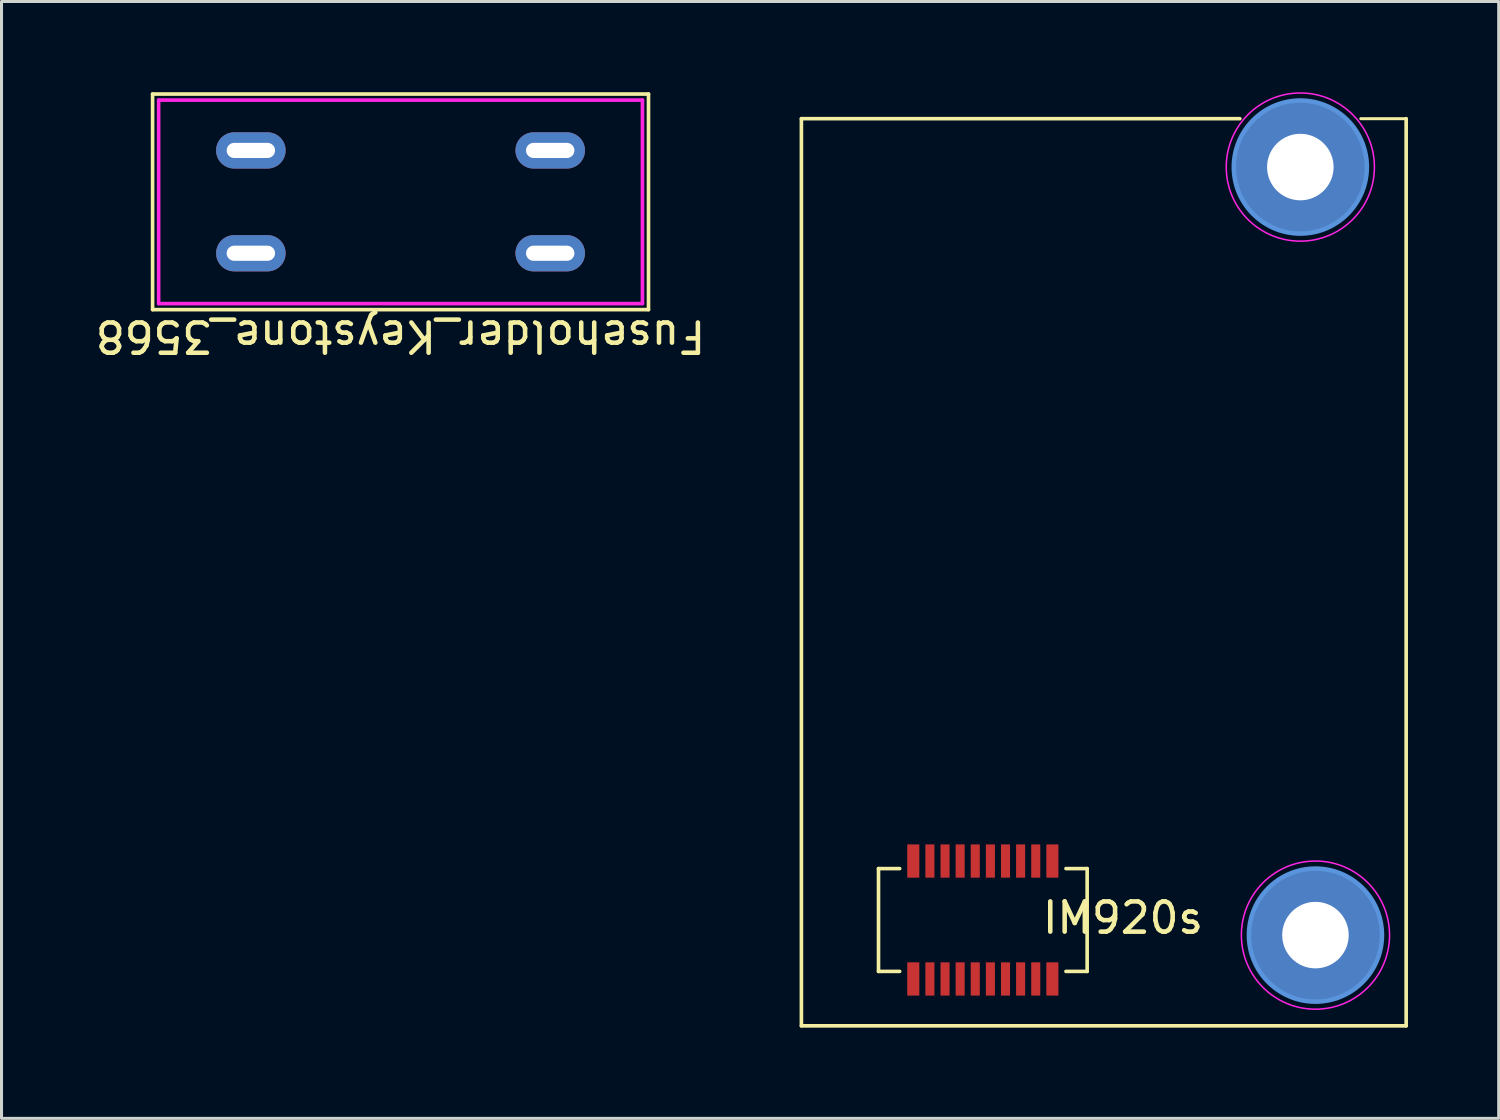
<source format=kicad_pcb>
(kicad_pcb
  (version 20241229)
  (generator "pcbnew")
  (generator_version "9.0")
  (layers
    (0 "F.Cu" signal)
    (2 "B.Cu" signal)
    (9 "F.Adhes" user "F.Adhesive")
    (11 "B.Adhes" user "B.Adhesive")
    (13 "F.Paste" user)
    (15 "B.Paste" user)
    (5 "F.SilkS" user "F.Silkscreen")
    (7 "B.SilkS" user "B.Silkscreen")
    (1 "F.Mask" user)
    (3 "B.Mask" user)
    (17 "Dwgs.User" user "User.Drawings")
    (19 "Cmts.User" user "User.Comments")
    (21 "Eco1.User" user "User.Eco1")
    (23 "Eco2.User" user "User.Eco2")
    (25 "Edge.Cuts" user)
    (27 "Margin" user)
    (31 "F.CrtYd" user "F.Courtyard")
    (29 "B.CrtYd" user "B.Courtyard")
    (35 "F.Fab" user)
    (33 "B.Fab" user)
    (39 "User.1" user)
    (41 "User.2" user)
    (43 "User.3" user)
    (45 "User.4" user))
  (footprint "IM920s"
    (layer "F.Cu")
    (at 33.453 15.875)
    (property "Reference" "IM920s" (at 0.635 11.43 180) (layer "F.SilkS") (effects (font (size 1 1) (thickness 0.15))))
    (attr through_hole)
    (fp_line (start -10 -15) (end 4.5 -15) (stroke (width 0.12) (type solid)) (layer "F.SilkS"))
    (fp_line (start -10 15) (end -10 -15) (stroke (width 0.12) (type solid)) (layer "F.SilkS"))
    (fp_line (start -7.45 9.8) (end -7.45 13.2) (stroke (width 0.12) (type solid)) (layer "F.SilkS"))
    (fp_line (start -7.45 13.2) (end -6.75 13.2) (stroke (width 0.12) (type solid)) (layer "F.SilkS"))
    (fp_line (start -6.75 9.8) (end -7.45 9.8) (stroke (width 0.12) (type solid)) (layer "F.SilkS"))
    (fp_line (start -1.25 13.2) (end -0.55 13.2) (stroke (width 0.12) (type solid)) (layer "F.SilkS"))
    (fp_line (start -0.55 9.8) (end -1.25 9.8) (stroke (width 0.12) (type solid)) (layer "F.SilkS"))
    (fp_line (start -0.55 13.2) (end -0.55 9.8) (stroke (width 0.12) (type solid)) (layer "F.SilkS"))
    (fp_line (start 10 -15) (end 8.5 -15) (stroke (width 0.1) (type default)) (layer "F.SilkS"))
    (fp_line (start 10 -15) (end 10 15) (stroke (width 0.12) (type solid)) (layer "F.SilkS"))
    (fp_line (start 10 15) (end -10 15) (stroke (width 0.12) (type solid)) (layer "F.SilkS"))
    (fp_circle (center 6.5 -13.4) (end 8.7 -13.4) (stroke (width 0.15) (type solid)) (fill no) (layer "Cmts.User"))
    (fp_circle (center 7 12) (end 9.2 12) (stroke (width 0.15) (type solid)) (fill no) (layer "Cmts.User"))
    (fp_circle (center 6.5 -13.4) (end 8.95 -13.4) (stroke (width 0.05) (type solid)) (fill no) (layer "F.CrtYd"))
    (fp_circle (center 7 12) (end 9.45 12) (stroke (width 0.05) (type solid)) (fill no) (layer "F.CrtYd"))
    (pad "1" smd roundrect (at -1.7 13.45 180) (size 0.4 1.1) (layers "F.Cu" "F.Mask" "F.Paste") (roundrect_rratio 0.025))
    (pad "2" smd roundrect (at -1.7 9.55) (size 0.4 1.1) (layers "F.Cu" "F.Mask" "F.Paste") (roundrect_rratio 0.025))
    (pad "3" smd roundrect (at -2.25 13.45 180) (size 0.3 1.1) (layers "F.Cu" "F.Mask" "F.Paste") (roundrect_rratio 0.025))
    (pad "4" smd roundrect (at -2.25 9.55) (size 0.3 1.1) (layers "F.Cu" "F.Mask" "F.Paste") (roundrect_rratio 0.025))
    (pad "5" smd roundrect (at -2.75 13.45 180) (size 0.3 1.1) (layers "F.Cu" "F.Mask" "F.Paste") (roundrect_rratio 0.025))
    (pad "6" smd roundrect (at -2.75 9.55) (size 0.3 1.1) (layers "F.Cu" "F.Mask" "F.Paste") (roundrect_rratio 0.025))
    (pad "7" smd roundrect (at -3.25 13.45 180) (size 0.3 1.1) (layers "F.Cu" "F.Mask" "F.Paste") (roundrect_rratio 0.025))
    (pad "8" smd roundrect (at -3.25 9.55) (size 0.3 1.1) (layers "F.Cu" "F.Mask" "F.Paste") (roundrect_rratio 0.025))
    (pad "9" smd roundrect (at -3.75 13.45 180) (size 0.3 1.1) (layers "F.Cu" "F.Mask" "F.Paste") (roundrect_rratio 0.025))
    (pad "10" smd roundrect (at -3.75 9.55) (size 0.3 1.1) (layers "F.Cu" "F.Mask" "F.Paste") (roundrect_rratio 0.025))
    (pad "11" smd roundrect (at -4.25 13.45 180) (size 0.3 1.1) (layers "F.Cu" "F.Mask" "F.Paste") (roundrect_rratio 0.025))
    (pad "12" smd roundrect (at -4.25 9.55) (size 0.3 1.1) (layers "F.Cu" "F.Mask" "F.Paste") (roundrect_rratio 0.025))
    (pad "13" smd roundrect (at -4.75 13.45 180) (size 0.3 1.1) (layers "F.Cu" "F.Mask" "F.Paste") (roundrect_rratio 0.025))
    (pad "14" smd roundrect (at -4.75 9.55) (size 0.3 1.1) (layers "F.Cu" "F.Mask" "F.Paste") (roundrect_rratio 0.025))
    (pad "15" smd roundrect (at -5.25 13.45 180) (size 0.3 1.1) (layers "F.Cu" "F.Mask" "F.Paste") (roundrect_rratio 0.025))
    (pad "16" smd roundrect (at -5.25 9.55) (size 0.3 1.1) (layers "F.Cu" "F.Mask" "F.Paste") (roundrect_rratio 0.025))
    (pad "17" smd roundrect (at -5.75 13.45 180) (size 0.3 1.1) (layers "F.Cu" "F.Mask" "F.Paste") (roundrect_rratio 0.025))
    (pad "18" smd roundrect (at -5.75 9.55) (size 0.3 1.1) (layers "F.Cu" "F.Mask" "F.Paste") (roundrect_rratio 0.025))
    (pad "18" thru_hole circle (at 6.5 -13.4) (size 4.4 4.4) (drill 2.2) (layers "*.Cu" "*.Mask"))
    (pad "18" thru_hole circle (at 7 12) (size 4.4 4.4) (drill 2.2) (layers "*.Cu" "*.Mask"))
    (pad "19" smd roundrect (at -6.3 13.45 180) (size 0.4 1.1) (layers "F.Cu" "F.Mask" "F.Paste") (roundrect_rratio 0.025))
    (pad "20" smd roundrect (at -6.3 9.55) (size 0.4 1.1) (layers "F.Cu" "F.Mask" "F.Paste") (roundrect_rratio 0.025)))
  (footprint "Fuseholder_Keystone_3568"
    (layer "F.Cu")
    (at 10.196 3.625)
    (property "Reference" "Fuseholder_Keystone_3568" (at 0 4.445 180) (unlocked yes) (layer "F.SilkS") (effects (font (size 1 1) (thickness 0.15))))
    (attr through_hole)
    (fp_line (start -8.2 -3.565) (end 8.2 -3.565) (stroke (width 0.12) (type solid)) (layer "F.SilkS"))
    (fp_line (start -8.2 3.565) (end -8.2 -3.565) (stroke (width 0.12) (type solid)) (layer "F.SilkS"))
    (fp_line (start 8.2 -3.565) (end 8.2 3.565) (stroke (width 0.12) (type solid)) (layer "F.SilkS"))
    (fp_line (start 8.2 3.565) (end -8.2 3.565) (stroke (width 0.12) (type solid)) (layer "F.SilkS"))
    (fp_line (start -8 -3.365) (end 8 -3.365) (stroke (width 0.12) (type solid)) (layer "F.CrtYd"))
    (fp_line (start -8 3.365) (end -8 -3.365) (stroke (width 0.12) (type solid)) (layer "F.CrtYd"))
    (fp_line (start 8 -3.365) (end 8 3.365) (stroke (width 0.12) (type solid)) (layer "F.CrtYd"))
    (fp_line (start 8 3.365) (end -8 3.365) (stroke (width 0.12) (type solid)) (layer "F.CrtYd"))
    (pad "1" thru_hole oval (at -4.95 -1.7) (size 2.3 1.2) (drill oval 1.6 0.5) (layers "*.Cu" "*.Mask"))
    (pad "1" thru_hole oval (at -4.95 1.7) (size 2.3 1.2) (drill oval 1.6 0.5) (layers "*.Cu" "*.Mask"))
    (pad "2" thru_hole oval (at 4.95 -1.7) (size 2.3 1.2) (drill oval 1.6 0.5) (layers "*.Cu" "*.Mask"))
    (pad "2" thru_hole oval (at 4.95 1.7) (size 2.3 1.2) (drill oval 1.6 0.5) (layers "*.Cu" "*.Mask")))
  (gr_rect
    (start -3 -3)
    (end 46.513 33.935)
    (stroke (width 0.1) (type default))
    (fill no)
    (layer "Edge.Cuts")))
</source>
